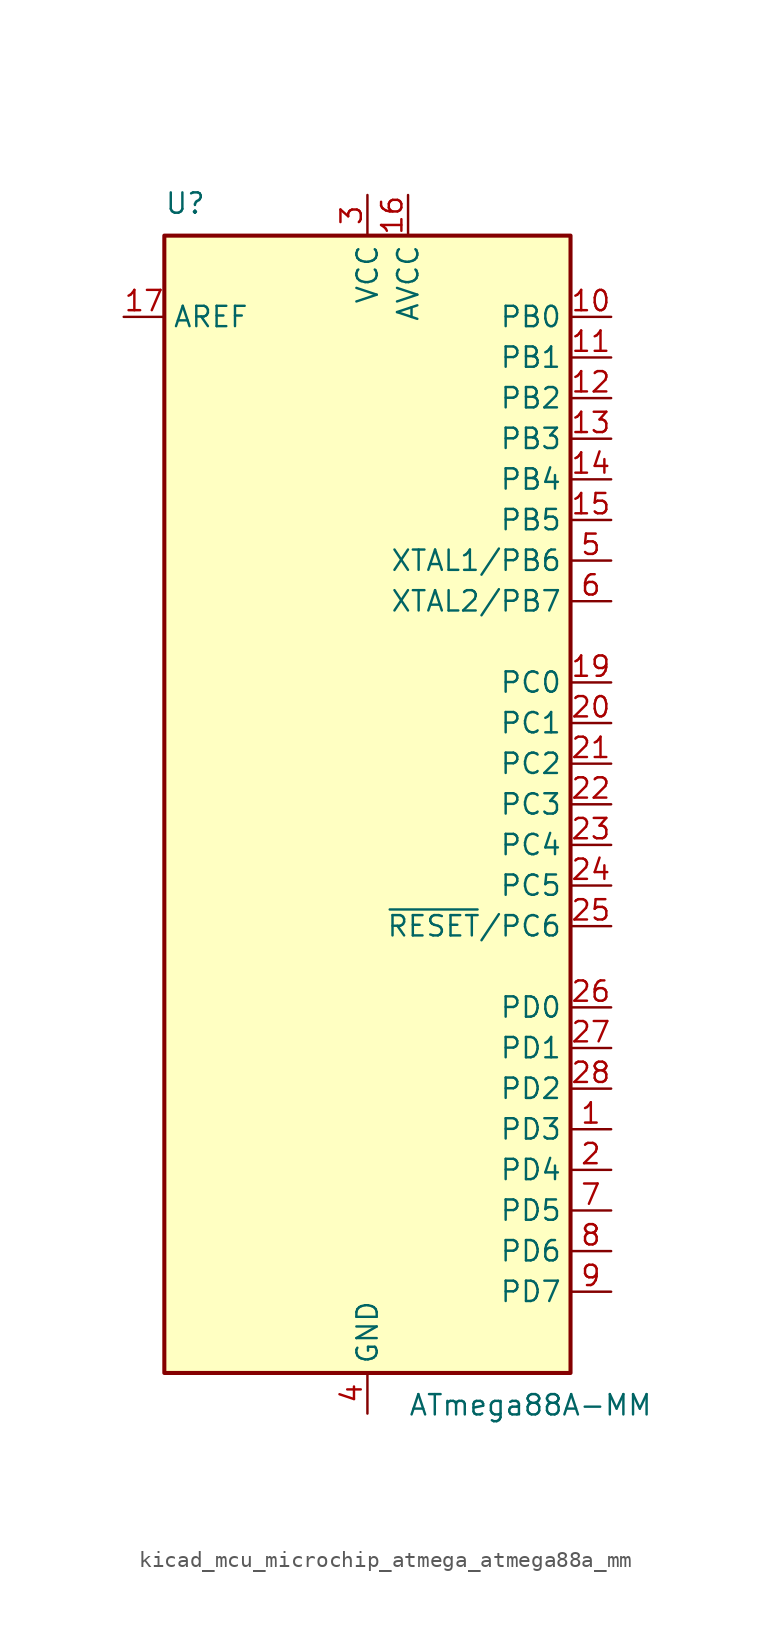
<source format=kicad_sym>
(kicad_symbol_lib
  (version 20220914)
  (generator kicad_symbol_editor)
  (symbol "kicad_mcu_microchip_atmega_atmega88a_mm"
    (property "Reference" "U"
      (at -12.7 36.83 0)
      (effects (font (size 1.27 1.27)) (justify left bottom)))
    (property "Value" "ATmega88A-MM"
      (at 2.54 -36.83 0)
      (effects (font (size 1.27 1.27)) (justify left top)))
    (symbol "kicad_mcu_microchip_atmega_atmega88a_mm_0_1"
      (rectangle (start -12.7 -35.56) (end 12.7 35.56) (stroke (width 0.254) (type default)) (fill (type background))))
    (symbol "kicad_mcu_microchip_atmega_atmega88a_mm_1_1"
      (pin bidirectional line (at 15.24 -20.32 180) (length 2.54) (name "PD3" (effects (font (size 1.27 1.27)))) (number "1" (effects (font (size 1.27 1.27)))))
      (pin bidirectional line (at 15.24 30.48 180) (length 2.54) (name "PB0" (effects (font (size 1.27 1.27)))) (number "10" (effects (font (size 1.27 1.27)))))
      (pin bidirectional line (at 15.24 27.94 180) (length 2.54) (name "PB1" (effects (font (size 1.27 1.27)))) (number "11" (effects (font (size 1.27 1.27)))))
      (pin bidirectional line (at 15.24 25.4 180) (length 2.54) (name "PB2" (effects (font (size 1.27 1.27)))) (number "12" (effects (font (size 1.27 1.27)))))
      (pin bidirectional line (at 15.24 22.86 180) (length 2.54) (name "PB3" (effects (font (size 1.27 1.27)))) (number "13" (effects (font (size 1.27 1.27)))))
      (pin bidirectional line (at 15.24 20.32 180) (length 2.54) (name "PB4" (effects (font (size 1.27 1.27)))) (number "14" (effects (font (size 1.27 1.27)))))
      (pin bidirectional line (at 15.24 17.78 180) (length 2.54) (name "PB5" (effects (font (size 1.27 1.27)))) (number "15" (effects (font (size 1.27 1.27)))))
      (pin power_in line (at 2.54 38.1 270) (length 2.54) (name "AVCC" (effects (font (size 1.27 1.27)))) (number "16" (effects (font (size 1.27 1.27)))))
      (pin passive line (at -15.24 30.48 0) (length 2.54) (name "AREF" (effects (font (size 1.27 1.27)))) (number "17" (effects (font (size 1.27 1.27)))))
      (pin passive line (at 0 -38.1 90) (length 2.54) hide (name "GND" (effects (font (size 1.27 1.27)))) (number "18" (effects (font (size 1.27 1.27)))))
      (pin bidirectional line (at 15.24 7.62 180) (length 2.54) (name "PC0" (effects (font (size 1.27 1.27)))) (number "19" (effects (font (size 1.27 1.27)))))
      (pin bidirectional line (at 15.24 -22.86 180) (length 2.54) (name "PD4" (effects (font (size 1.27 1.27)))) (number "2" (effects (font (size 1.27 1.27)))))
      (pin bidirectional line (at 15.24 5.08 180) (length 2.54) (name "PC1" (effects (font (size 1.27 1.27)))) (number "20" (effects (font (size 1.27 1.27)))))
      (pin bidirectional line (at 15.24 2.54 180) (length 2.54) (name "PC2" (effects (font (size 1.27 1.27)))) (number "21" (effects (font (size 1.27 1.27)))))
      (pin bidirectional line (at 15.24 0 180) (length 2.54) (name "PC3" (effects (font (size 1.27 1.27)))) (number "22" (effects (font (size 1.27 1.27)))))
      (pin bidirectional line (at 15.24 -2.54 180) (length 2.54) (name "PC4" (effects (font (size 1.27 1.27)))) (number "23" (effects (font (size 1.27 1.27)))))
      (pin bidirectional line (at 15.24 -5.08 180) (length 2.54) (name "PC5" (effects (font (size 1.27 1.27)))) (number "24" (effects (font (size 1.27 1.27)))))
      (pin bidirectional line (at 15.24 -7.62 180) (length 2.54) (name "~{RESET}/PC6" (effects (font (size 1.27 1.27)))) (number "25" (effects (font (size 1.27 1.27)))))
      (pin bidirectional line (at 15.24 -12.7 180) (length 2.54) (name "PD0" (effects (font (size 1.27 1.27)))) (number "26" (effects (font (size 1.27 1.27)))))
      (pin bidirectional line (at 15.24 -15.24 180) (length 2.54) (name "PD1" (effects (font (size 1.27 1.27)))) (number "27" (effects (font (size 1.27 1.27)))))
      (pin bidirectional line (at 15.24 -17.78 180) (length 2.54) (name "PD2" (effects (font (size 1.27 1.27)))) (number "28" (effects (font (size 1.27 1.27)))))
      (pin passive line (at 0 -38.1 90) (length 2.54) hide (name "GND" (effects (font (size 1.27 1.27)))) (number "29" (effects (font (size 1.27 1.27)))))
      (pin power_in line (at 0 38.1 270) (length 2.54) (name "VCC" (effects (font (size 1.27 1.27)))) (number "3" (effects (font (size 1.27 1.27)))))
      (pin power_in line (at 0 -38.1 90) (length 2.54) (name "GND" (effects (font (size 1.27 1.27)))) (number "4" (effects (font (size 1.27 1.27)))))
      (pin bidirectional line (at 15.24 15.24 180) (length 2.54) (name "XTAL1/PB6" (effects (font (size 1.27 1.27)))) (number "5" (effects (font (size 1.27 1.27)))))
      (pin bidirectional line (at 15.24 12.7 180) (length 2.54) (name "XTAL2/PB7" (effects (font (size 1.27 1.27)))) (number "6" (effects (font (size 1.27 1.27)))))
      (pin bidirectional line (at 15.24 -25.4 180) (length 2.54) (name "PD5" (effects (font (size 1.27 1.27)))) (number "7" (effects (font (size 1.27 1.27)))))
      (pin bidirectional line (at 15.24 -27.94 180) (length 2.54) (name "PD6" (effects (font (size 1.27 1.27)))) (number "8" (effects (font (size 1.27 1.27)))))
      (pin bidirectional line (at 15.24 -30.48 180) (length 2.54) (name "PD7" (effects (font (size 1.27 1.27)))) (number "9" (effects (font (size 1.27 1.27))))))))
</source>
